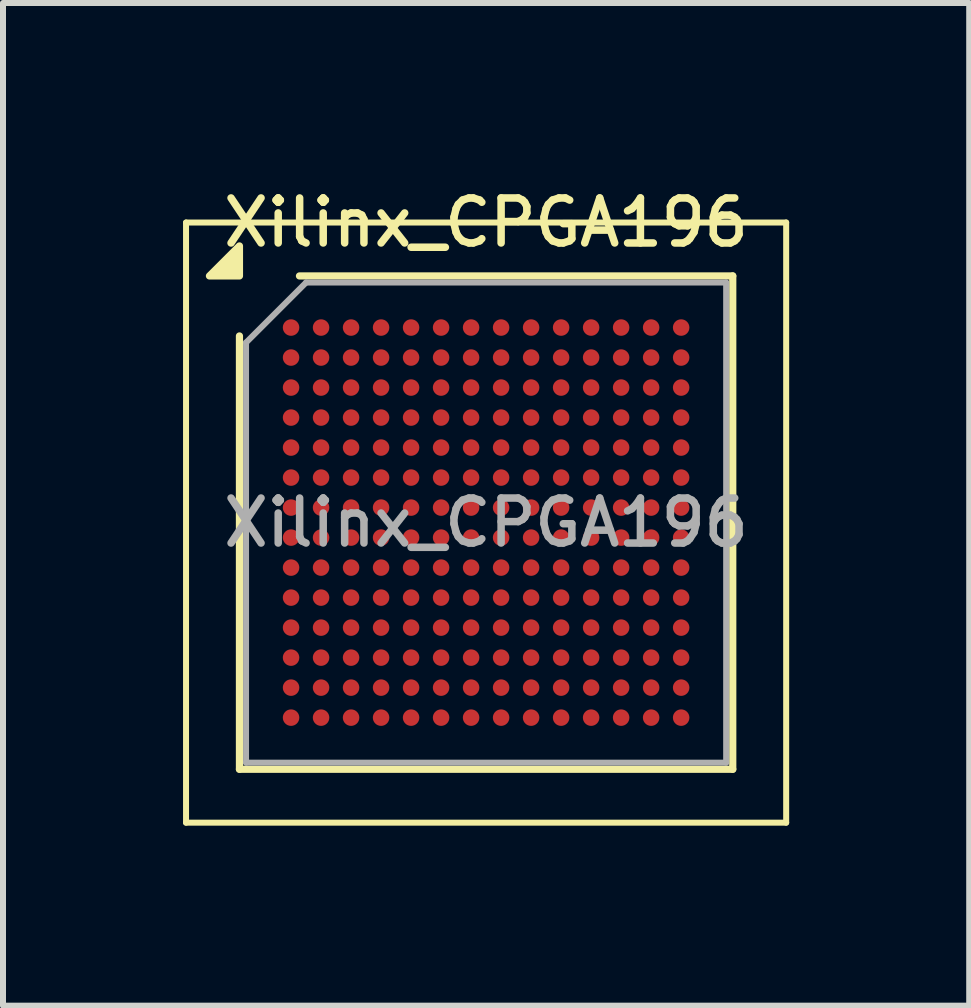
<source format=kicad_pcb>
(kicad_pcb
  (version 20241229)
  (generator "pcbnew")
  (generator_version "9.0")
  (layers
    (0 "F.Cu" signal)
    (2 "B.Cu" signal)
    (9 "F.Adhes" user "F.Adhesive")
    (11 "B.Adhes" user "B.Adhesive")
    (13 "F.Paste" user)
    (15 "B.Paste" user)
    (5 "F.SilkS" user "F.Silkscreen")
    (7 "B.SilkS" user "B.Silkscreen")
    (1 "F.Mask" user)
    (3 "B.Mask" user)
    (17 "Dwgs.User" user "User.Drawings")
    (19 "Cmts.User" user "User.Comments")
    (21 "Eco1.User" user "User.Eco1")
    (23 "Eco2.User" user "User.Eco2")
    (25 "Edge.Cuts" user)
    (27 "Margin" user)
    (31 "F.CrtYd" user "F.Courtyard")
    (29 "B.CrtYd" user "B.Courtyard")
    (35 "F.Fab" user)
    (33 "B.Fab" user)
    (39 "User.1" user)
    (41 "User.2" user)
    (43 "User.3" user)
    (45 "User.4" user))
  (footprint "Xilinx_CPGA196"
    (layer "F.Cu")
    (at 5.05 5.658)
    (property "Reference" "Xilinx_CPGA196" (at 0 -5 0) (layer "F.SilkS") (effects (font (size 0.75 0.75) (thickness 0.125))))
    (attr smd)
    (fp_line (start -5 -5) (end -5 5) (stroke (width 0.1) (type solid)) (layer "F.SilkS"))
    (fp_line (start -5 5) (end 5 5) (stroke (width 0.1) (type solid)) (layer "F.SilkS"))
    (fp_line (start -4.11 4.11) (end -4.11 -3.11) (stroke (width 0.12) (type solid)) (layer "F.SilkS"))
    (fp_line (start -3.11 -4.11) (end 4.11 -4.11) (stroke (width 0.12) (type solid)) (layer "F.SilkS"))
    (fp_line (start 4.11 -4.11) (end 4.11 4.11) (stroke (width 0.12) (type solid)) (layer "F.SilkS"))
    (fp_line (start 4.11 4.11) (end -4.11 4.11) (stroke (width 0.12) (type solid)) (layer "F.SilkS"))
    (fp_line (start 5 -5) (end -5 -5) (stroke (width 0.1) (type solid)) (layer "F.SilkS"))
    (fp_line (start 5 5) (end 5 -5) (stroke (width 0.1) (type solid)) (layer "F.SilkS"))
    (fp_poly (pts (xy -4.11 -4.11) (xy -4.61 -4.11) (xy -4.11 -4.61) (xy -4.11 -4.11)) (stroke (width 0.12) (type solid)) (fill yes) (layer "F.SilkS"))
    (fp_line (start -4 -3) (end -3 -4) (stroke (width 0.1) (type solid)) (layer "F.Fab"))
    (fp_line (start -4 4) (end -4 -3) (stroke (width 0.1) (type solid)) (layer "F.Fab"))
    (fp_line (start -3 -4) (end 4 -4) (stroke (width 0.1) (type solid)) (layer "F.Fab"))
    (fp_line (start 4 -4) (end 4 4) (stroke (width 0.1) (type solid)) (layer "F.Fab"))
    (fp_line (start 4 4) (end -4 4) (stroke (width 0.1) (type solid)) (layer "F.Fab"))
    (fp_text user "${REFERENCE}" (at 0 0 0) (layer "F.Fab") (effects (font (size 0.75 0.75) (thickness 0.125))))
    (pad "A1" smd circle (at -3.25 -3.25) (size 0.275 0.275) (property pad_prop_bga) (layers "F.Cu" "F.Mask" "F.Paste"))
    (pad "A2" smd circle (at -2.75 -3.25) (size 0.275 0.275) (property pad_prop_bga) (layers "F.Cu" "F.Mask" "F.Paste"))
    (pad "A3" smd circle (at -2.25 -3.25) (size 0.275 0.275) (property pad_prop_bga) (layers "F.Cu" "F.Mask" "F.Paste"))
    (pad "A4" smd circle (at -1.75 -3.25) (size 0.275 0.275) (property pad_prop_bga) (layers "F.Cu" "F.Mask" "F.Paste"))
    (pad "A5" smd circle (at -1.25 -3.25) (size 0.275 0.275) (property pad_prop_bga) (layers "F.Cu" "F.Mask" "F.Paste"))
    (pad "A6" smd circle (at -0.75 -3.25) (size 0.275 0.275) (property pad_prop_bga) (layers "F.Cu" "F.Mask" "F.Paste"))
    (pad "A7" smd circle (at -0.25 -3.25) (size 0.275 0.275) (property pad_prop_bga) (layers "F.Cu" "F.Mask" "F.Paste"))
    (pad "A8" smd circle (at 0.25 -3.25) (size 0.275 0.275) (property pad_prop_bga) (layers "F.Cu" "F.Mask" "F.Paste"))
    (pad "A9" smd circle (at 0.75 -3.25) (size 0.275 0.275) (property pad_prop_bga) (layers "F.Cu" "F.Mask" "F.Paste"))
    (pad "A10" smd circle (at 1.25 -3.25) (size 0.275 0.275) (property pad_prop_bga) (layers "F.Cu" "F.Mask" "F.Paste"))
    (pad "A11" smd circle (at 1.75 -3.25) (size 0.275 0.275) (property pad_prop_bga) (layers "F.Cu" "F.Mask" "F.Paste"))
    (pad "A12" smd circle (at 2.25 -3.25) (size 0.275 0.275) (property pad_prop_bga) (layers "F.Cu" "F.Mask" "F.Paste"))
    (pad "A13" smd circle (at 2.75 -3.25) (size 0.275 0.275) (property pad_prop_bga) (layers "F.Cu" "F.Mask" "F.Paste"))
    (pad "A14" smd circle (at 3.25 -3.25) (size 0.275 0.275) (property pad_prop_bga) (layers "F.Cu" "F.Mask" "F.Paste"))
    (pad "B1" smd circle (at -3.25 -2.75) (size 0.275 0.275) (property pad_prop_bga) (layers "F.Cu" "F.Mask" "F.Paste"))
    (pad "B2" smd circle (at -2.75 -2.75) (size 0.275 0.275) (property pad_prop_bga) (layers "F.Cu" "F.Mask" "F.Paste"))
    (pad "B3" smd circle (at -2.25 -2.75) (size 0.275 0.275) (property pad_prop_bga) (layers "F.Cu" "F.Mask" "F.Paste"))
    (pad "B4" smd circle (at -1.75 -2.75) (size 0.275 0.275) (property pad_prop_bga) (layers "F.Cu" "F.Mask" "F.Paste"))
    (pad "B5" smd circle (at -1.25 -2.75) (size 0.275 0.275) (property pad_prop_bga) (layers "F.Cu" "F.Mask" "F.Paste"))
    (pad "B6" smd circle (at -0.75 -2.75) (size 0.275 0.275) (property pad_prop_bga) (layers "F.Cu" "F.Mask" "F.Paste"))
    (pad "B7" smd circle (at -0.25 -2.75) (size 0.275 0.275) (property pad_prop_bga) (layers "F.Cu" "F.Mask" "F.Paste"))
    (pad "B8" smd circle (at 0.25 -2.75) (size 0.275 0.275) (property pad_prop_bga) (layers "F.Cu" "F.Mask" "F.Paste"))
    (pad "B9" smd circle (at 0.75 -2.75) (size 0.275 0.275) (property pad_prop_bga) (layers "F.Cu" "F.Mask" "F.Paste"))
    (pad "B10" smd circle (at 1.25 -2.75) (size 0.275 0.275) (property pad_prop_bga) (layers "F.Cu" "F.Mask" "F.Paste"))
    (pad "B11" smd circle (at 1.75 -2.75) (size 0.275 0.275) (property pad_prop_bga) (layers "F.Cu" "F.Mask" "F.Paste"))
    (pad "B12" smd circle (at 2.25 -2.75) (size 0.275 0.275) (property pad_prop_bga) (layers "F.Cu" "F.Mask" "F.Paste"))
    (pad "B13" smd circle (at 2.75 -2.75) (size 0.275 0.275) (property pad_prop_bga) (layers "F.Cu" "F.Mask" "F.Paste"))
    (pad "B14" smd circle (at 3.25 -2.75) (size 0.275 0.275) (property pad_prop_bga) (layers "F.Cu" "F.Mask" "F.Paste"))
    (pad "C1" smd circle (at -3.25 -2.25) (size 0.275 0.275) (property pad_prop_bga) (layers "F.Cu" "F.Mask" "F.Paste"))
    (pad "C2" smd circle (at -2.75 -2.25) (size 0.275 0.275) (property pad_prop_bga) (layers "F.Cu" "F.Mask" "F.Paste"))
    (pad "C3" smd circle (at -2.25 -2.25) (size 0.275 0.275) (property pad_prop_bga) (layers "F.Cu" "F.Mask" "F.Paste"))
    (pad "C4" smd circle (at -1.75 -2.25) (size 0.275 0.275) (property pad_prop_bga) (layers "F.Cu" "F.Mask" "F.Paste"))
    (pad "C5" smd circle (at -1.25 -2.25) (size 0.275 0.275) (property pad_prop_bga) (layers "F.Cu" "F.Mask" "F.Paste"))
    (pad "C6" smd circle (at -0.75 -2.25) (size 0.275 0.275) (property pad_prop_bga) (layers "F.Cu" "F.Mask" "F.Paste"))
    (pad "C7" smd circle (at -0.25 -2.25) (size 0.275 0.275) (property pad_prop_bga) (layers "F.Cu" "F.Mask" "F.Paste"))
    (pad "C8" smd circle (at 0.25 -2.25) (size 0.275 0.275) (property pad_prop_bga) (layers "F.Cu" "F.Mask" "F.Paste"))
    (pad "C9" smd circle (at 0.75 -2.25) (size 0.275 0.275) (property pad_prop_bga) (layers "F.Cu" "F.Mask" "F.Paste"))
    (pad "C10" smd circle (at 1.25 -2.25) (size 0.275 0.275) (property pad_prop_bga) (layers "F.Cu" "F.Mask" "F.Paste"))
    (pad "C11" smd circle (at 1.75 -2.25) (size 0.275 0.275) (property pad_prop_bga) (layers "F.Cu" "F.Mask" "F.Paste"))
    (pad "C12" smd circle (at 2.25 -2.25) (size 0.275 0.275) (property pad_prop_bga) (layers "F.Cu" "F.Mask" "F.Paste"))
    (pad "C13" smd circle (at 2.75 -2.25) (size 0.275 0.275) (property pad_prop_bga) (layers "F.Cu" "F.Mask" "F.Paste"))
    (pad "C14" smd circle (at 3.25 -2.25) (size 0.275 0.275) (property pad_prop_bga) (layers "F.Cu" "F.Mask" "F.Paste"))
    (pad "D1" smd circle (at -3.25 -1.75) (size 0.275 0.275) (property pad_prop_bga) (layers "F.Cu" "F.Mask" "F.Paste"))
    (pad "D2" smd circle (at -2.75 -1.75) (size 0.275 0.275) (property pad_prop_bga) (layers "F.Cu" "F.Mask" "F.Paste"))
    (pad "D3" smd circle (at -2.25 -1.75) (size 0.275 0.275) (property pad_prop_bga) (layers "F.Cu" "F.Mask" "F.Paste"))
    (pad "D4" smd circle (at -1.75 -1.75) (size 0.275 0.275) (property pad_prop_bga) (layers "F.Cu" "F.Mask" "F.Paste"))
    (pad "D5" smd circle (at -1.25 -1.75) (size 0.275 0.275) (property pad_prop_bga) (layers "F.Cu" "F.Mask" "F.Paste"))
    (pad "D6" smd circle (at -0.75 -1.75) (size 0.275 0.275) (property pad_prop_bga) (layers "F.Cu" "F.Mask" "F.Paste"))
    (pad "D7" smd circle (at -0.25 -1.75) (size 0.275 0.275) (property pad_prop_bga) (layers "F.Cu" "F.Mask" "F.Paste"))
    (pad "D8" smd circle (at 0.25 -1.75) (size 0.275 0.275) (property pad_prop_bga) (layers "F.Cu" "F.Mask" "F.Paste"))
    (pad "D9" smd circle (at 0.75 -1.75) (size 0.275 0.275) (property pad_prop_bga) (layers "F.Cu" "F.Mask" "F.Paste"))
    (pad "D10" smd circle (at 1.25 -1.75) (size 0.275 0.275) (property pad_prop_bga) (layers "F.Cu" "F.Mask" "F.Paste"))
    (pad "D11" smd circle (at 1.75 -1.75) (size 0.275 0.275) (property pad_prop_bga) (layers "F.Cu" "F.Mask" "F.Paste"))
    (pad "D12" smd circle (at 2.25 -1.75) (size 0.275 0.275) (property pad_prop_bga) (layers "F.Cu" "F.Mask" "F.Paste"))
    (pad "D13" smd circle (at 2.75 -1.75) (size 0.275 0.275) (property pad_prop_bga) (layers "F.Cu" "F.Mask" "F.Paste"))
    (pad "D14" smd circle (at 3.25 -1.75) (size 0.275 0.275) (property pad_prop_bga) (layers "F.Cu" "F.Mask" "F.Paste"))
    (pad "E1" smd circle (at -3.25 -1.25) (size 0.275 0.275) (property pad_prop_bga) (layers "F.Cu" "F.Mask" "F.Paste"))
    (pad "E2" smd circle (at -2.75 -1.25) (size 0.275 0.275) (property pad_prop_bga) (layers "F.Cu" "F.Mask" "F.Paste"))
    (pad "E3" smd circle (at -2.25 -1.25) (size 0.275 0.275) (property pad_prop_bga) (layers "F.Cu" "F.Mask" "F.Paste"))
    (pad "E4" smd circle (at -1.75 -1.25) (size 0.275 0.275) (property pad_prop_bga) (layers "F.Cu" "F.Mask" "F.Paste"))
    (pad "E5" smd circle (at -1.25 -1.25) (size 0.275 0.275) (property pad_prop_bga) (layers "F.Cu" "F.Mask" "F.Paste"))
    (pad "E6" smd circle (at -0.75 -1.25) (size 0.275 0.275) (property pad_prop_bga) (layers "F.Cu" "F.Mask" "F.Paste"))
    (pad "E7" smd circle (at -0.25 -1.25) (size 0.275 0.275) (property pad_prop_bga) (layers "F.Cu" "F.Mask" "F.Paste"))
    (pad "E8" smd circle (at 0.25 -1.25) (size 0.275 0.275) (property pad_prop_bga) (layers "F.Cu" "F.Mask" "F.Paste"))
    (pad "E9" smd circle (at 0.75 -1.25) (size 0.275 0.275) (property pad_prop_bga) (layers "F.Cu" "F.Mask" "F.Paste"))
    (pad "E10" smd circle (at 1.25 -1.25) (size 0.275 0.275) (property pad_prop_bga) (layers "F.Cu" "F.Mask" "F.Paste"))
    (pad "E11" smd circle (at 1.75 -1.25) (size 0.275 0.275) (property pad_prop_bga) (layers "F.Cu" "F.Mask" "F.Paste"))
    (pad "E12" smd circle (at 2.25 -1.25) (size 0.275 0.275) (property pad_prop_bga) (layers "F.Cu" "F.Mask" "F.Paste"))
    (pad "E13" smd circle (at 2.75 -1.25) (size 0.275 0.275) (property pad_prop_bga) (layers "F.Cu" "F.Mask" "F.Paste"))
    (pad "E14" smd circle (at 3.25 -1.25) (size 0.275 0.275) (property pad_prop_bga) (layers "F.Cu" "F.Mask" "F.Paste"))
    (pad "F1" smd circle (at -3.25 -0.75) (size 0.275 0.275) (property pad_prop_bga) (layers "F.Cu" "F.Mask" "F.Paste"))
    (pad "F2" smd circle (at -2.75 -0.75) (size 0.275 0.275) (property pad_prop_bga) (layers "F.Cu" "F.Mask" "F.Paste"))
    (pad "F3" smd circle (at -2.25 -0.75) (size 0.275 0.275) (property pad_prop_bga) (layers "F.Cu" "F.Mask" "F.Paste"))
    (pad "F4" smd circle (at -1.75 -0.75) (size 0.275 0.275) (property pad_prop_bga) (layers "F.Cu" "F.Mask" "F.Paste"))
    (pad "F5" smd circle (at -1.25 -0.75) (size 0.275 0.275) (property pad_prop_bga) (layers "F.Cu" "F.Mask" "F.Paste"))
    (pad "F6" smd circle (at -0.75 -0.75) (size 0.275 0.275) (property pad_prop_bga) (layers "F.Cu" "F.Mask" "F.Paste"))
    (pad "F7" smd circle (at -0.25 -0.75) (size 0.275 0.275) (property pad_prop_bga) (layers "F.Cu" "F.Mask" "F.Paste"))
    (pad "F8" smd circle (at 0.25 -0.75) (size 0.275 0.275) (property pad_prop_bga) (layers "F.Cu" "F.Mask" "F.Paste"))
    (pad "F9" smd circle (at 0.75 -0.75) (size 0.275 0.275) (property pad_prop_bga) (layers "F.Cu" "F.Mask" "F.Paste"))
    (pad "F10" smd circle (at 1.25 -0.75) (size 0.275 0.275) (property pad_prop_bga) (layers "F.Cu" "F.Mask" "F.Paste"))
    (pad "F11" smd circle (at 1.75 -0.75) (size 0.275 0.275) (property pad_prop_bga) (layers "F.Cu" "F.Mask" "F.Paste"))
    (pad "F12" smd circle (at 2.25 -0.75) (size 0.275 0.275) (property pad_prop_bga) (layers "F.Cu" "F.Mask" "F.Paste"))
    (pad "F13" smd circle (at 2.75 -0.75) (size 0.275 0.275) (property pad_prop_bga) (layers "F.Cu" "F.Mask" "F.Paste"))
    (pad "F14" smd circle (at 3.25 -0.75) (size 0.275 0.275) (property pad_prop_bga) (layers "F.Cu" "F.Mask" "F.Paste"))
    (pad "G1" smd circle (at -3.25 -0.25) (size 0.275 0.275) (property pad_prop_bga) (layers "F.Cu" "F.Mask" "F.Paste"))
    (pad "G2" smd circle (at -2.75 -0.25) (size 0.275 0.275) (property pad_prop_bga) (layers "F.Cu" "F.Mask" "F.Paste"))
    (pad "G3" smd circle (at -2.25 -0.25) (size 0.275 0.275) (property pad_prop_bga) (layers "F.Cu" "F.Mask" "F.Paste"))
    (pad "G4" smd circle (at -1.75 -0.25) (size 0.275 0.275) (property pad_prop_bga) (layers "F.Cu" "F.Mask" "F.Paste"))
    (pad "G5" smd circle (at -1.25 -0.25) (size 0.275 0.275) (property pad_prop_bga) (layers "F.Cu" "F.Mask" "F.Paste"))
    (pad "G6" smd circle (at -0.75 -0.25) (size 0.275 0.275) (property pad_prop_bga) (layers "F.Cu" "F.Mask" "F.Paste"))
    (pad "G7" smd circle (at -0.25 -0.25) (size 0.275 0.275) (property pad_prop_bga) (layers "F.Cu" "F.Mask" "F.Paste"))
    (pad "G8" smd circle (at 0.25 -0.25) (size 0.275 0.275) (property pad_prop_bga) (layers "F.Cu" "F.Mask" "F.Paste"))
    (pad "G9" smd circle (at 0.75 -0.25) (size 0.275 0.275) (property pad_prop_bga) (layers "F.Cu" "F.Mask" "F.Paste"))
    (pad "G10" smd circle (at 1.25 -0.25) (size 0.275 0.275) (property pad_prop_bga) (layers "F.Cu" "F.Mask" "F.Paste"))
    (pad "G11" smd circle (at 1.75 -0.25) (size 0.275 0.275) (property pad_prop_bga) (layers "F.Cu" "F.Mask" "F.Paste"))
    (pad "G12" smd circle (at 2.25 -0.25) (size 0.275 0.275) (property pad_prop_bga) (layers "F.Cu" "F.Mask" "F.Paste"))
    (pad "G13" smd circle (at 2.75 -0.25) (size 0.275 0.275) (property pad_prop_bga) (layers "F.Cu" "F.Mask" "F.Paste"))
    (pad "G14" smd circle (at 3.25 -0.25) (size 0.275 0.275) (property pad_prop_bga) (layers "F.Cu" "F.Mask" "F.Paste"))
    (pad "H1" smd circle (at -3.25 0.25) (size 0.275 0.275) (property pad_prop_bga) (layers "F.Cu" "F.Mask" "F.Paste"))
    (pad "H2" smd circle (at -2.75 0.25) (size 0.275 0.275) (property pad_prop_bga) (layers "F.Cu" "F.Mask" "F.Paste"))
    (pad "H3" smd circle (at -2.25 0.25) (size 0.275 0.275) (property pad_prop_bga) (layers "F.Cu" "F.Mask" "F.Paste"))
    (pad "H4" smd circle (at -1.75 0.25) (size 0.275 0.275) (property pad_prop_bga) (layers "F.Cu" "F.Mask" "F.Paste"))
    (pad "H5" smd circle (at -1.25 0.25) (size 0.275 0.275) (property pad_prop_bga) (layers "F.Cu" "F.Mask" "F.Paste"))
    (pad "H6" smd circle (at -0.75 0.25) (size 0.275 0.275) (property pad_prop_bga) (layers "F.Cu" "F.Mask" "F.Paste"))
    (pad "H7" smd circle (at -0.25 0.25) (size 0.275 0.275) (property pad_prop_bga) (layers "F.Cu" "F.Mask" "F.Paste"))
    (pad "H8" smd circle (at 0.25 0.25) (size 0.275 0.275) (property pad_prop_bga) (layers "F.Cu" "F.Mask" "F.Paste"))
    (pad "H9" smd circle (at 0.75 0.25) (size 0.275 0.275) (property pad_prop_bga) (layers "F.Cu" "F.Mask" "F.Paste"))
    (pad "H10" smd circle (at 1.25 0.25) (size 0.275 0.275) (property pad_prop_bga) (layers "F.Cu" "F.Mask" "F.Paste"))
    (pad "H11" smd circle (at 1.75 0.25) (size 0.275 0.275) (property pad_prop_bga) (layers "F.Cu" "F.Mask" "F.Paste"))
    (pad "H12" smd circle (at 2.25 0.25) (size 0.275 0.275) (property pad_prop_bga) (layers "F.Cu" "F.Mask" "F.Paste"))
    (pad "H13" smd circle (at 2.75 0.25) (size 0.275 0.275) (property pad_prop_bga) (layers "F.Cu" "F.Mask" "F.Paste"))
    (pad "H14" smd circle (at 3.25 0.25) (size 0.275 0.275) (property pad_prop_bga) (layers "F.Cu" "F.Mask" "F.Paste"))
    (pad "J1" smd circle (at -3.25 0.75) (size 0.275 0.275) (property pad_prop_bga) (layers "F.Cu" "F.Mask" "F.Paste"))
    (pad "J2" smd circle (at -2.75 0.75) (size 0.275 0.275) (property pad_prop_bga) (layers "F.Cu" "F.Mask" "F.Paste"))
    (pad "J3" smd circle (at -2.25 0.75) (size 0.275 0.275) (property pad_prop_bga) (layers "F.Cu" "F.Mask" "F.Paste"))
    (pad "J4" smd circle (at -1.75 0.75) (size 0.275 0.275) (property pad_prop_bga) (layers "F.Cu" "F.Mask" "F.Paste"))
    (pad "J5" smd circle (at -1.25 0.75) (size 0.275 0.275) (property pad_prop_bga) (layers "F.Cu" "F.Mask" "F.Paste"))
    (pad "J6" smd circle (at -0.75 0.75) (size 0.275 0.275) (property pad_prop_bga) (layers "F.Cu" "F.Mask" "F.Paste"))
    (pad "J7" smd circle (at -0.25 0.75) (size 0.275 0.275) (property pad_prop_bga) (layers "F.Cu" "F.Mask" "F.Paste"))
    (pad "J8" smd circle (at 0.25 0.75) (size 0.275 0.275) (property pad_prop_bga) (layers "F.Cu" "F.Mask" "F.Paste"))
    (pad "J9" smd circle (at 0.75 0.75) (size 0.275 0.275) (property pad_prop_bga) (layers "F.Cu" "F.Mask" "F.Paste"))
    (pad "J10" smd circle (at 1.25 0.75) (size 0.275 0.275) (property pad_prop_bga) (layers "F.Cu" "F.Mask" "F.Paste"))
    (pad "J11" smd circle (at 1.75 0.75) (size 0.275 0.275) (property pad_prop_bga) (layers "F.Cu" "F.Mask" "F.Paste"))
    (pad "J12" smd circle (at 2.25 0.75) (size 0.275 0.275) (property pad_prop_bga) (layers "F.Cu" "F.Mask" "F.Paste"))
    (pad "J13" smd circle (at 2.75 0.75) (size 0.275 0.275) (property pad_prop_bga) (layers "F.Cu" "F.Mask" "F.Paste"))
    (pad "J14" smd circle (at 3.25 0.75) (size 0.275 0.275) (property pad_prop_bga) (layers "F.Cu" "F.Mask" "F.Paste"))
    (pad "K1" smd circle (at -3.25 1.25) (size 0.275 0.275) (property pad_prop_bga) (layers "F.Cu" "F.Mask" "F.Paste"))
    (pad "K2" smd circle (at -2.75 1.25) (size 0.275 0.275) (property pad_prop_bga) (layers "F.Cu" "F.Mask" "F.Paste"))
    (pad "K3" smd circle (at -2.25 1.25) (size 0.275 0.275) (property pad_prop_bga) (layers "F.Cu" "F.Mask" "F.Paste"))
    (pad "K4" smd circle (at -1.75 1.25) (size 0.275 0.275) (property pad_prop_bga) (layers "F.Cu" "F.Mask" "F.Paste"))
    (pad "K5" smd circle (at -1.25 1.25) (size 0.275 0.275) (property pad_prop_bga) (layers "F.Cu" "F.Mask" "F.Paste"))
    (pad "K6" smd circle (at -0.75 1.25) (size 0.275 0.275) (property pad_prop_bga) (layers "F.Cu" "F.Mask" "F.Paste"))
    (pad "K7" smd circle (at -0.25 1.25) (size 0.275 0.275) (property pad_prop_bga) (layers "F.Cu" "F.Mask" "F.Paste"))
    (pad "K8" smd circle (at 0.25 1.25) (size 0.275 0.275) (property pad_prop_bga) (layers "F.Cu" "F.Mask" "F.Paste"))
    (pad "K9" smd circle (at 0.75 1.25) (size 0.275 0.275) (property pad_prop_bga) (layers "F.Cu" "F.Mask" "F.Paste"))
    (pad "K10" smd circle (at 1.25 1.25) (size 0.275 0.275) (property pad_prop_bga) (layers "F.Cu" "F.Mask" "F.Paste"))
    (pad "K11" smd circle (at 1.75 1.25) (size 0.275 0.275) (property pad_prop_bga) (layers "F.Cu" "F.Mask" "F.Paste"))
    (pad "K12" smd circle (at 2.25 1.25) (size 0.275 0.275) (property pad_prop_bga) (layers "F.Cu" "F.Mask" "F.Paste"))
    (pad "K13" smd circle (at 2.75 1.25) (size 0.275 0.275) (property pad_prop_bga) (layers "F.Cu" "F.Mask" "F.Paste"))
    (pad "K14" smd circle (at 3.25 1.25) (size 0.275 0.275) (property pad_prop_bga) (layers "F.Cu" "F.Mask" "F.Paste"))
    (pad "L1" smd circle (at -3.25 1.75) (size 0.275 0.275) (property pad_prop_bga) (layers "F.Cu" "F.Mask" "F.Paste"))
    (pad "L2" smd circle (at -2.75 1.75) (size 0.275 0.275) (property pad_prop_bga) (layers "F.Cu" "F.Mask" "F.Paste"))
    (pad "L3" smd circle (at -2.25 1.75) (size 0.275 0.275) (property pad_prop_bga) (layers "F.Cu" "F.Mask" "F.Paste"))
    (pad "L4" smd circle (at -1.75 1.75) (size 0.275 0.275) (property pad_prop_bga) (layers "F.Cu" "F.Mask" "F.Paste"))
    (pad "L5" smd circle (at -1.25 1.75) (size 0.275 0.275) (property pad_prop_bga) (layers "F.Cu" "F.Mask" "F.Paste"))
    (pad "L6" smd circle (at -0.75 1.75) (size 0.275 0.275) (property pad_prop_bga) (layers "F.Cu" "F.Mask" "F.Paste"))
    (pad "L7" smd circle (at -0.25 1.75) (size 0.275 0.275) (property pad_prop_bga) (layers "F.Cu" "F.Mask" "F.Paste"))
    (pad "L8" smd circle (at 0.25 1.75) (size 0.275 0.275) (property pad_prop_bga) (layers "F.Cu" "F.Mask" "F.Paste"))
    (pad "L9" smd circle (at 0.75 1.75) (size 0.275 0.275) (property pad_prop_bga) (layers "F.Cu" "F.Mask" "F.Paste"))
    (pad "L10" smd circle (at 1.25 1.75) (size 0.275 0.275) (property pad_prop_bga) (layers "F.Cu" "F.Mask" "F.Paste"))
    (pad "L11" smd circle (at 1.75 1.75) (size 0.275 0.275) (property pad_prop_bga) (layers "F.Cu" "F.Mask" "F.Paste"))
    (pad "L12" smd circle (at 2.25 1.75) (size 0.275 0.275) (property pad_prop_bga) (layers "F.Cu" "F.Mask" "F.Paste"))
    (pad "L13" smd circle (at 2.75 1.75) (size 0.275 0.275) (property pad_prop_bga) (layers "F.Cu" "F.Mask" "F.Paste"))
    (pad "L14" smd circle (at 3.25 1.75) (size 0.275 0.275) (property pad_prop_bga) (layers "F.Cu" "F.Mask" "F.Paste"))
    (pad "M1" smd circle (at -3.25 2.25) (size 0.275 0.275) (property pad_prop_bga) (layers "F.Cu" "F.Mask" "F.Paste"))
    (pad "M2" smd circle (at -2.75 2.25) (size 0.275 0.275) (property pad_prop_bga) (layers "F.Cu" "F.Mask" "F.Paste"))
    (pad "M3" smd circle (at -2.25 2.25) (size 0.275 0.275) (property pad_prop_bga) (layers "F.Cu" "F.Mask" "F.Paste"))
    (pad "M4" smd circle (at -1.75 2.25) (size 0.275 0.275) (property pad_prop_bga) (layers "F.Cu" "F.Mask" "F.Paste"))
    (pad "M5" smd circle (at -1.25 2.25) (size 0.275 0.275) (property pad_prop_bga) (layers "F.Cu" "F.Mask" "F.Paste"))
    (pad "M6" smd circle (at -0.75 2.25) (size 0.275 0.275) (property pad_prop_bga) (layers "F.Cu" "F.Mask" "F.Paste"))
    (pad "M7" smd circle (at -0.25 2.25) (size 0.275 0.275) (property pad_prop_bga) (layers "F.Cu" "F.Mask" "F.Paste"))
    (pad "M8" smd circle (at 0.25 2.25) (size 0.275 0.275) (property pad_prop_bga) (layers "F.Cu" "F.Mask" "F.Paste"))
    (pad "M9" smd circle (at 0.75 2.25) (size 0.275 0.275) (property pad_prop_bga) (layers "F.Cu" "F.Mask" "F.Paste"))
    (pad "M10" smd circle (at 1.25 2.25) (size 0.275 0.275) (property pad_prop_bga) (layers "F.Cu" "F.Mask" "F.Paste"))
    (pad "M11" smd circle (at 1.75 2.25) (size 0.275 0.275) (property pad_prop_bga) (layers "F.Cu" "F.Mask" "F.Paste"))
    (pad "M12" smd circle (at 2.25 2.25) (size 0.275 0.275) (property pad_prop_bga) (layers "F.Cu" "F.Mask" "F.Paste"))
    (pad "M13" smd circle (at 2.75 2.25) (size 0.275 0.275) (property pad_prop_bga) (layers "F.Cu" "F.Mask" "F.Paste"))
    (pad "M14" smd circle (at 3.25 2.25) (size 0.275 0.275) (property pad_prop_bga) (layers "F.Cu" "F.Mask" "F.Paste"))
    (pad "N1" smd circle (at -3.25 2.75) (size 0.275 0.275) (property pad_prop_bga) (layers "F.Cu" "F.Mask" "F.Paste"))
    (pad "N2" smd circle (at -2.75 2.75) (size 0.275 0.275) (property pad_prop_bga) (layers "F.Cu" "F.Mask" "F.Paste"))
    (pad "N3" smd circle (at -2.25 2.75) (size 0.275 0.275) (property pad_prop_bga) (layers "F.Cu" "F.Mask" "F.Paste"))
    (pad "N4" smd circle (at -1.75 2.75) (size 0.275 0.275) (property pad_prop_bga) (layers "F.Cu" "F.Mask" "F.Paste"))
    (pad "N5" smd circle (at -1.25 2.75) (size 0.275 0.275) (property pad_prop_bga) (layers "F.Cu" "F.Mask" "F.Paste"))
    (pad "N6" smd circle (at -0.75 2.75) (size 0.275 0.275) (property pad_prop_bga) (layers "F.Cu" "F.Mask" "F.Paste"))
    (pad "N7" smd circle (at -0.25 2.75) (size 0.275 0.275) (property pad_prop_bga) (layers "F.Cu" "F.Mask" "F.Paste"))
    (pad "N8" smd circle (at 0.25 2.75) (size 0.275 0.275) (property pad_prop_bga) (layers "F.Cu" "F.Mask" "F.Paste"))
    (pad "N9" smd circle (at 0.75 2.75) (size 0.275 0.275) (property pad_prop_bga) (layers "F.Cu" "F.Mask" "F.Paste"))
    (pad "N10" smd circle (at 1.25 2.75) (size 0.275 0.275) (property pad_prop_bga) (layers "F.Cu" "F.Mask" "F.Paste"))
    (pad "N11" smd circle (at 1.75 2.75) (size 0.275 0.275) (property pad_prop_bga) (layers "F.Cu" "F.Mask" "F.Paste"))
    (pad "N12" smd circle (at 2.25 2.75) (size 0.275 0.275) (property pad_prop_bga) (layers "F.Cu" "F.Mask" "F.Paste"))
    (pad "N13" smd circle (at 2.75 2.75) (size 0.275 0.275) (property pad_prop_bga) (layers "F.Cu" "F.Mask" "F.Paste"))
    (pad "N14" smd circle (at 3.25 2.75) (size 0.275 0.275) (property pad_prop_bga) (layers "F.Cu" "F.Mask" "F.Paste"))
    (pad "P1" smd circle (at -3.25 3.25) (size 0.275 0.275) (property pad_prop_bga) (layers "F.Cu" "F.Mask" "F.Paste"))
    (pad "P2" smd circle (at -2.75 3.25) (size 0.275 0.275) (property pad_prop_bga) (layers "F.Cu" "F.Mask" "F.Paste"))
    (pad "P3" smd circle (at -2.25 3.25) (size 0.275 0.275) (property pad_prop_bga) (layers "F.Cu" "F.Mask" "F.Paste"))
    (pad "P4" smd circle (at -1.75 3.25) (size 0.275 0.275) (property pad_prop_bga) (layers "F.Cu" "F.Mask" "F.Paste"))
    (pad "P5" smd circle (at -1.25 3.25) (size 0.275 0.275) (property pad_prop_bga) (layers "F.Cu" "F.Mask" "F.Paste"))
    (pad "P6" smd circle (at -0.75 3.25) (size 0.275 0.275) (property pad_prop_bga) (layers "F.Cu" "F.Mask" "F.Paste"))
    (pad "P7" smd circle (at -0.25 3.25) (size 0.275 0.275) (property pad_prop_bga) (layers "F.Cu" "F.Mask" "F.Paste"))
    (pad "P8" smd circle (at 0.25 3.25) (size 0.275 0.275) (property pad_prop_bga) (layers "F.Cu" "F.Mask" "F.Paste"))
    (pad "P9" smd circle (at 0.75 3.25) (size 0.275 0.275) (property pad_prop_bga) (layers "F.Cu" "F.Mask" "F.Paste"))
    (pad "P10" smd circle (at 1.25 3.25) (size 0.275 0.275) (property pad_prop_bga) (layers "F.Cu" "F.Mask" "F.Paste"))
    (pad "P11" smd circle (at 1.75 3.25) (size 0.275 0.275) (property pad_prop_bga) (layers "F.Cu" "F.Mask" "F.Paste"))
    (pad "P12" smd circle (at 2.25 3.25) (size 0.275 0.275) (property pad_prop_bga) (layers "F.Cu" "F.Mask" "F.Paste"))
    (pad "P13" smd circle (at 2.75 3.25) (size 0.275 0.275) (property pad_prop_bga) (layers "F.Cu" "F.Mask" "F.Paste"))
    (pad "P14" smd circle (at 3.25 3.25) (size 0.275 0.275) (property pad_prop_bga) (layers "F.Cu" "F.Mask" "F.Paste")))
  (gr_rect
    (start -3 -3)
    (end 13.1 13.708)
    (stroke (width 0.1) (type default))
    (fill no)
    (layer "Edge.Cuts")))
</source>
